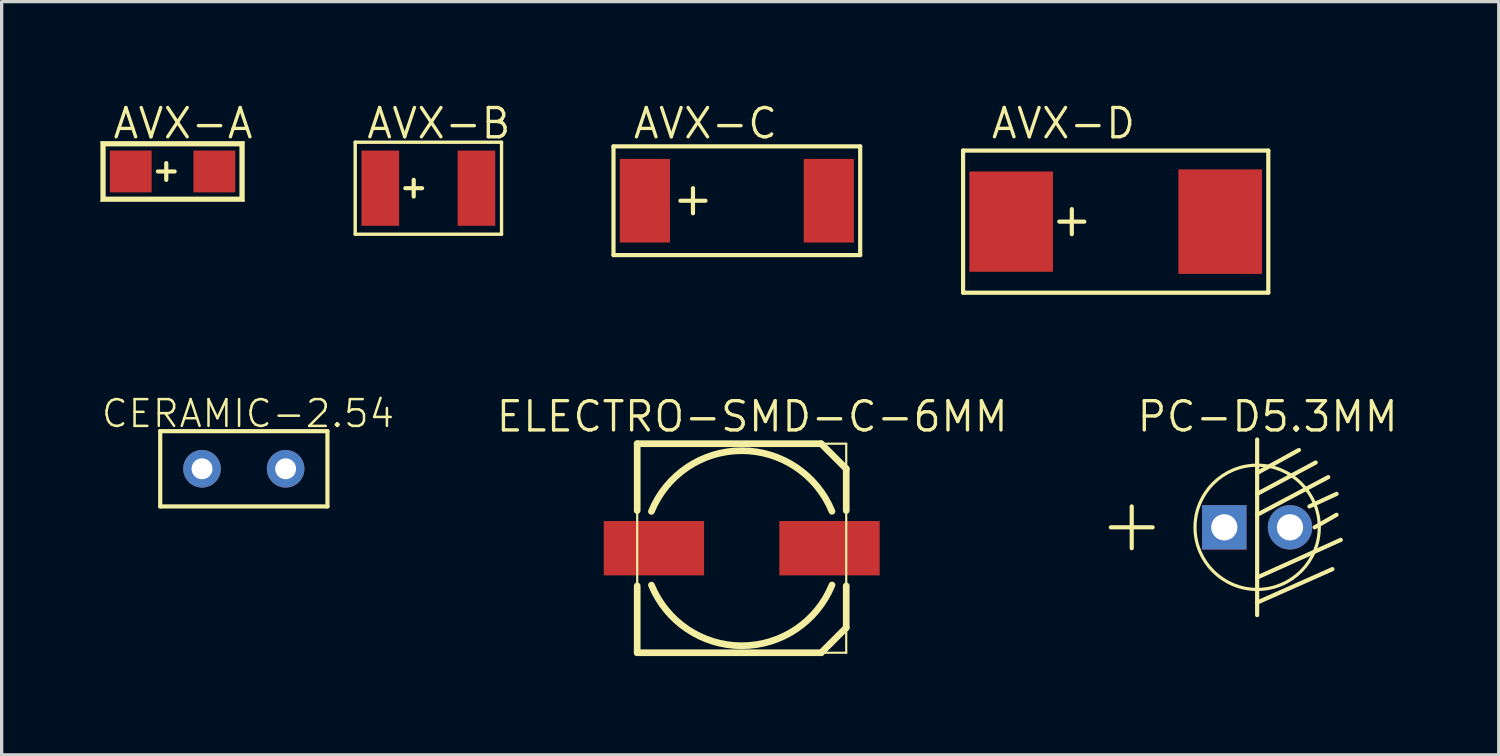
<source format=kicad_pcb>
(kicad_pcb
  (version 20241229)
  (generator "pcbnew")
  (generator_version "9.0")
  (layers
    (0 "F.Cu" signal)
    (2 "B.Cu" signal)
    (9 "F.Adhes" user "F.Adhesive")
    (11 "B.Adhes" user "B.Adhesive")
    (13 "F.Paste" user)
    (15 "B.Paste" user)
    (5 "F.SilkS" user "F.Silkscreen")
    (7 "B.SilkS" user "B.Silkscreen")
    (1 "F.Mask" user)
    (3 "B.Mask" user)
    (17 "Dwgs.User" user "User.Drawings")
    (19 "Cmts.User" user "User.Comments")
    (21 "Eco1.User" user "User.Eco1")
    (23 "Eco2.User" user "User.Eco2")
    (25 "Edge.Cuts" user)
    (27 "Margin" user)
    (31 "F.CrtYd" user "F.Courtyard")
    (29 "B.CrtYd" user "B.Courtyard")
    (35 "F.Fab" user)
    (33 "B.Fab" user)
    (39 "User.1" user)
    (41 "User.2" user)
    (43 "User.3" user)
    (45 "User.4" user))
  (footprint "AVX-B"
    (layer "F.Cu")
    (at 9.963 2.667)
    (property "Reference" "AVX-B" (at 0.318 -1.968 0) (layer "F.SilkS") (effects (font (size 0.889 0.889) (thickness 0.102))))
    (attr smd)
    (fp_line (start -2.223 -1.397) (end 2.223 -1.397) (stroke (width 0.066) (type solid)) (layer "F.SilkS"))
    (fp_line (start -2.223 -1.397) (end 2.223 -1.397) (stroke (width 0.102) (type solid)) (layer "F.SilkS"))
    (fp_line (start -2.223 1.397) (end -2.223 -1.397) (stroke (width 0.066) (type solid)) (layer "F.SilkS"))
    (fp_line (start -2.223 1.397) (end -2.223 -1.397) (stroke (width 0.102) (type solid)) (layer "F.SilkS"))
    (fp_line (start -2.223 1.397) (end 2.223 1.397) (stroke (width 0.066) (type solid)) (layer "F.SilkS"))
    (fp_line (start -0.699 0) (end -0.191 0) (stroke (width 0.127) (type solid)) (layer "F.SilkS"))
    (fp_line (start -0.445 0.254) (end -0.445 -0.254) (stroke (width 0.127) (type solid)) (layer "F.SilkS"))
    (fp_line (start 2.223 -1.397) (end 2.223 1.397) (stroke (width 0.102) (type solid)) (layer "F.SilkS"))
    (fp_line (start 2.223 1.397) (end -2.223 1.397) (stroke (width 0.102) (type solid)) (layer "F.SilkS"))
    (fp_line (start 2.223 1.397) (end 2.223 -1.397) (stroke (width 0.066) (type solid)) (layer "F.SilkS"))
    (pad "+" smd rect (at -1.46 0) (size 1.143 2.286) (layers "F.Cu" "F.Mask" "F.Paste"))
    (pad "-" smd rect (at 1.46 0 180) (size 1.143 2.286) (layers "F.Cu" "F.Mask" "F.Paste")))
  (footprint "PC-D5.3MM"
    (layer "F.Cu")
    (at 35.14 12.969)
    (property "Reference" "PC-D5.3MM" (at 0.318 -3.365 0) (layer "F.SilkS") (effects (font (size 0.889 0.889) (thickness 0.102))))
    (attr exclude_from_pos_files exclude_from_bom)
    (fp_line (start -4.445 0) (end -3.81 0) (stroke (width 0.127) (type solid)) (layer "F.SilkS"))
    (fp_line (start -3.81 0) (end -3.81 -0.635) (stroke (width 0.127) (type solid)) (layer "F.SilkS"))
    (fp_line (start -3.81 0) (end -3.81 0.635) (stroke (width 0.127) (type solid)) (layer "F.SilkS"))
    (fp_line (start -3.175 0) (end -3.81 0) (stroke (width 0.127) (type solid)) (layer "F.SilkS"))
    (fp_line (start 0 -2.667) (end 0 -1.651) (stroke (width 0.127) (type solid)) (layer "F.SilkS"))
    (fp_line (start 0 -1.651) (end 0 -1.016) (stroke (width 0.127) (type solid)) (layer "F.SilkS"))
    (fp_line (start 0 -1.651) (end 1.27 -2.349) (stroke (width 0.127) (type solid)) (layer "F.SilkS"))
    (fp_line (start 0 -1.016) (end 0 -0.381) (stroke (width 0.127) (type solid)) (layer "F.SilkS"))
    (fp_line (start 0 -1.016) (end 1.778 -1.968) (stroke (width 0.127) (type solid)) (layer "F.SilkS"))
    (fp_line (start 0 -0.381) (end 0 1.524) (stroke (width 0.127) (type solid)) (layer "F.SilkS"))
    (fp_line (start 0 -0.381) (end 2.159 -1.524) (stroke (width 0.127) (type solid)) (layer "F.SilkS"))
    (fp_line (start 0 1.524) (end 0 2.286) (stroke (width 0.127) (type solid)) (layer "F.SilkS"))
    (fp_line (start 0 1.524) (end 2.54 0.381) (stroke (width 0.127) (type solid)) (layer "F.SilkS"))
    (fp_line (start 0 2.286) (end 0 2.667) (stroke (width 0.127) (type solid)) (layer "F.SilkS"))
    (fp_line (start 0 2.286) (end 2.286 1.27) (stroke (width 0.127) (type solid)) (layer "F.SilkS"))
    (fp_line (start 1.587 -0.635) (end 2.413 -1.016) (stroke (width 0.127) (type solid)) (layer "F.SilkS"))
    (fp_line (start 1.748 0) (end 2.413 -0.381) (stroke (width 0.127) (type solid)) (layer "F.SilkS"))
    (fp_circle (center 0 0) (end -1.346 1.346) (stroke (width 0.064) (type solid)) (fill no) (layer "F.SilkS"))
    (fp_circle (center 0 0) (end -1.323 1.323) (stroke (width 0.064) (type solid)) (fill no) (layer "F.SilkS"))
    (pad "+" thru_hole rect (at -0.998 0) (size 1.349 1.349) (drill 0.798) (layers "*.Cu" "*.Paste" "*.Mask"))
    (pad "-" thru_hole circle (at 0.998 0) (size 1.349 1.349) (drill 0.798) (layers "*.Cu" "*.Paste" "*.Mask")))
  (footprint "AVX-D"
    (layer "F.Cu")
    (at 30.843 3.683)
    (property "Reference" "AVX-D" (at -1.587 -2.985 0) (layer "F.SilkS") (effects (font (size 0.889 0.889) (thickness 0.102))))
    (attr smd)
    (fp_line (start -4.636 -2.159) (end 4.636 -2.159) (stroke (width 0.066) (type solid)) (layer "F.SilkS"))
    (fp_line (start -4.636 -2.159) (end 4.636 -2.159) (stroke (width 0.127) (type solid)) (layer "F.SilkS"))
    (fp_line (start -4.636 2.159) (end -4.636 -2.159) (stroke (width 0.066) (type solid)) (layer "F.SilkS"))
    (fp_line (start -4.636 2.159) (end -4.636 -2.159) (stroke (width 0.127) (type solid)) (layer "F.SilkS"))
    (fp_line (start -4.636 2.159) (end 4.636 2.159) (stroke (width 0.066) (type solid)) (layer "F.SilkS"))
    (fp_line (start -1.714 0) (end -0.953 0) (stroke (width 0.127) (type solid)) (layer "F.SilkS"))
    (fp_line (start -1.333 0.381) (end -1.333 -0.381) (stroke (width 0.127) (type solid)) (layer "F.SilkS"))
    (fp_line (start 4.636 -2.159) (end 4.636 2.159) (stroke (width 0.127) (type solid)) (layer "F.SilkS"))
    (fp_line (start 4.636 2.159) (end -4.636 2.159) (stroke (width 0.127) (type solid)) (layer "F.SilkS"))
    (fp_line (start 4.636 2.159) (end 4.636 -2.159) (stroke (width 0.066) (type solid)) (layer "F.SilkS"))
    (pad "+" smd rect (at -3.175 0) (size 2.54 3.048) (layers "F.Cu" "F.Mask" "F.Paste"))
    (pad "-" smd rect (at 3.175 0 180) (size 2.54 3.175) (layers "F.Cu" "F.Mask" "F.Paste")))
  (footprint "CERAMIC-2.54"
    (layer "F.Cu")
    (at 4.357 11.191)
    (property "Reference" "CERAMIC-2.54" (at 0.127 -1.676 0) (layer "F.SilkS") (effects (font (size 0.813 0.813) (thickness 0.076))))
    (attr exclude_from_pos_files exclude_from_bom)
    (fp_line (start -2.54 -1.143) (end 2.54 -1.143) (stroke (width 0.066) (type solid)) (layer "F.SilkS"))
    (fp_line (start -2.54 -1.143) (end 2.54 -1.143) (stroke (width 0.127) (type solid)) (layer "F.SilkS"))
    (fp_line (start -2.54 1.143) (end -2.54 -1.143) (stroke (width 0.066) (type solid)) (layer "F.SilkS"))
    (fp_line (start -2.54 1.143) (end -2.54 -1.143) (stroke (width 0.127) (type solid)) (layer "F.SilkS"))
    (fp_line (start -2.54 1.143) (end 2.54 1.143) (stroke (width 0.066) (type solid)) (layer "F.SilkS"))
    (fp_line (start 2.54 -1.143) (end 2.54 1.143) (stroke (width 0.127) (type solid)) (layer "F.SilkS"))
    (fp_line (start 2.54 1.143) (end -2.54 1.143) (stroke (width 0.127) (type solid)) (layer "F.SilkS"))
    (fp_line (start 2.54 1.143) (end 2.54 -1.143) (stroke (width 0.066) (type solid)) (layer "F.SilkS"))
    (pad "1" thru_hole circle (at -1.27 0) (size 1.143 1.143) (drill 0.635) (layers "*.Cu" "*.Paste" "*.Mask"))
    (pad "2" thru_hole circle (at 1.27 0) (size 1.143 1.143) (drill 0.635) (layers "*.Cu" "*.Paste" "*.Mask")))
  (footprint "AVX-C"
    (layer "F.Cu")
    (at 19.334 3.048)
    (property "Reference" "AVX-C" (at -0.953 -2.349 0) (layer "F.SilkS") (effects (font (size 0.889 0.889) (thickness 0.102))))
    (attr smd)
    (fp_line (start -3.747 -1.651) (end 3.747 -1.651) (stroke (width 0.066) (type solid)) (layer "F.SilkS"))
    (fp_line (start -3.747 -1.651) (end 3.747 -1.651) (stroke (width 0.127) (type solid)) (layer "F.SilkS"))
    (fp_line (start -3.747 1.651) (end -3.747 -1.651) (stroke (width 0.066) (type solid)) (layer "F.SilkS"))
    (fp_line (start -3.747 1.651) (end -3.747 -1.651) (stroke (width 0.127) (type solid)) (layer "F.SilkS"))
    (fp_line (start -3.747 1.651) (end 3.747 1.651) (stroke (width 0.066) (type solid)) (layer "F.SilkS"))
    (fp_line (start -1.714 0) (end -0.953 0) (stroke (width 0.127) (type solid)) (layer "F.SilkS"))
    (fp_line (start -1.333 0.381) (end -1.333 -0.381) (stroke (width 0.127) (type solid)) (layer "F.SilkS"))
    (fp_line (start 3.747 -1.651) (end 3.747 1.651) (stroke (width 0.127) (type solid)) (layer "F.SilkS"))
    (fp_line (start 3.747 1.651) (end -3.747 1.651) (stroke (width 0.127) (type solid)) (layer "F.SilkS"))
    (fp_line (start 3.747 1.651) (end 3.747 -1.651) (stroke (width 0.066) (type solid)) (layer "F.SilkS"))
    (pad "+" smd rect (at -2.794 0 90) (size 2.54 1.524) (layers "F.Cu" "F.Mask" "F.Paste"))
    (pad "-" smd rect (at 2.794 0 90) (size 2.54 1.524) (layers "F.Cu" "F.Mask" "F.Paste")))
  (footprint "AVX-A"
    (layer "F.Cu")
    (at 2.192 2.159)
    (property "Reference" "AVX-A" (at 0.318 -1.46 0) (layer "F.SilkS") (effects (font (size 0.889 0.889) (thickness 0.102))))
    (attr smd)
    (fp_line (start -2.159 -0.889) (end 2.159 -0.889) (stroke (width 0.066) (type solid)) (layer "F.SilkS"))
    (fp_line (start -2.159 0.889) (end -2.159 -0.889) (stroke (width 0.066) (type solid)) (layer "F.SilkS"))
    (fp_line (start -2.159 0.889) (end 2.159 0.889) (stroke (width 0.066) (type solid)) (layer "F.SilkS"))
    (fp_line (start -2.095 -0.826) (end 2.095 -0.826) (stroke (width 0.127) (type solid)) (layer "F.SilkS"))
    (fp_line (start -2.095 0.826) (end -2.095 -0.826) (stroke (width 0.127) (type solid)) (layer "F.SilkS"))
    (fp_line (start -0.445 0) (end 0.064 0) (stroke (width 0.127) (type solid)) (layer "F.SilkS"))
    (fp_line (start -0.191 0.254) (end -0.191 -0.254) (stroke (width 0.127) (type solid)) (layer "F.SilkS"))
    (fp_line (start 2.095 -0.826) (end 2.095 0.826) (stroke (width 0.127) (type solid)) (layer "F.SilkS"))
    (fp_line (start 2.095 0.826) (end -2.095 0.826) (stroke (width 0.127) (type solid)) (layer "F.SilkS"))
    (fp_line (start 2.159 0.889) (end 2.159 -0.889) (stroke (width 0.066) (type solid)) (layer "F.SilkS"))
    (pad "+" smd rect (at -1.27 0) (size 1.27 1.27) (layers "F.Cu" "F.Mask" "F.Paste"))
    (pad "-" smd rect (at 1.27 0 180) (size 1.27 1.27) (layers "F.Cu" "F.Mask" "F.Paste")))
  (footprint "ELECTRO-SMD-C-6MM"
    (layer "F.Cu")
    (at 19.482 13.604)
    (property "Reference" "ELECTRO-SMD-C-6MM" (at 0.318 -4 0) (layer "F.SilkS") (effects (font (size 0.889 0.889) (thickness 0.102))))
    (attr smd)
    (fp_line (start -3.175 -3.175) (end -3.175 -1.143) (stroke (width 0.203) (type solid)) (layer "F.SilkS"))
    (fp_line (start -3.175 -3.175) (end 2.413 -3.175) (stroke (width 0.203) (type solid)) (layer "F.SilkS"))
    (fp_line (start -3.175 -3.175) (end 3.175 -3.175) (stroke (width 0.066) (type solid)) (layer "F.SilkS"))
    (fp_line (start -3.175 3.175) (end -3.175 -3.175) (stroke (width 0.066) (type solid)) (layer "F.SilkS"))
    (fp_line (start -3.175 3.175) (end -3.175 1.143) (stroke (width 0.203) (type solid)) (layer "F.SilkS"))
    (fp_line (start -3.175 3.175) (end 3.175 3.175) (stroke (width 0.066) (type solid)) (layer "F.SilkS"))
    (fp_line (start 2.413 -3.175) (end 3.175 -2.413) (stroke (width 0.203) (type solid)) (layer "F.SilkS"))
    (fp_line (start 2.413 3.175) (end -3.175 3.175) (stroke (width 0.203) (type solid)) (layer "F.SilkS"))
    (fp_line (start 3.175 -2.413) (end 3.175 -1.143) (stroke (width 0.203) (type solid)) (layer "F.SilkS"))
    (fp_line (start 3.175 2.413) (end 2.413 3.175) (stroke (width 0.203) (type solid)) (layer "F.SilkS"))
    (fp_line (start 3.175 2.413) (end 3.175 1.143) (stroke (width 0.203) (type solid)) (layer "F.SilkS"))
    (fp_line (start 3.175 3.175) (end 3.175 -3.175) (stroke (width 0.066) (type solid)) (layer "F.SilkS"))
    (fp_arc (start -2.7432 -1.1176) (mid -0.00174 -2.962123) (end 2.741885 -1.120822) (stroke (width 0.2032) (type solid)) (layer "F.SilkS"))
    (fp_arc (start 2.7432 1.1176) (mid 0.00174 2.962123) (end -2.741885 1.120822) (stroke (width 0.2032) (type solid)) (layer "F.SilkS"))
    (pad "+" smd rect (at 2.667 0) (size 3.048 1.651) (layers "F.Cu" "F.Mask" "F.Paste"))
    (pad "-" smd rect (at -2.667 0) (size 3.048 1.651) (layers "F.Cu" "F.Mask" "F.Paste")))
  (gr_rect
    (start -3 -3)
    (end 42.479 19.881)
    (stroke (width 0.1) (type default))
    (fill no)
    (layer "Edge.Cuts")))
</source>
